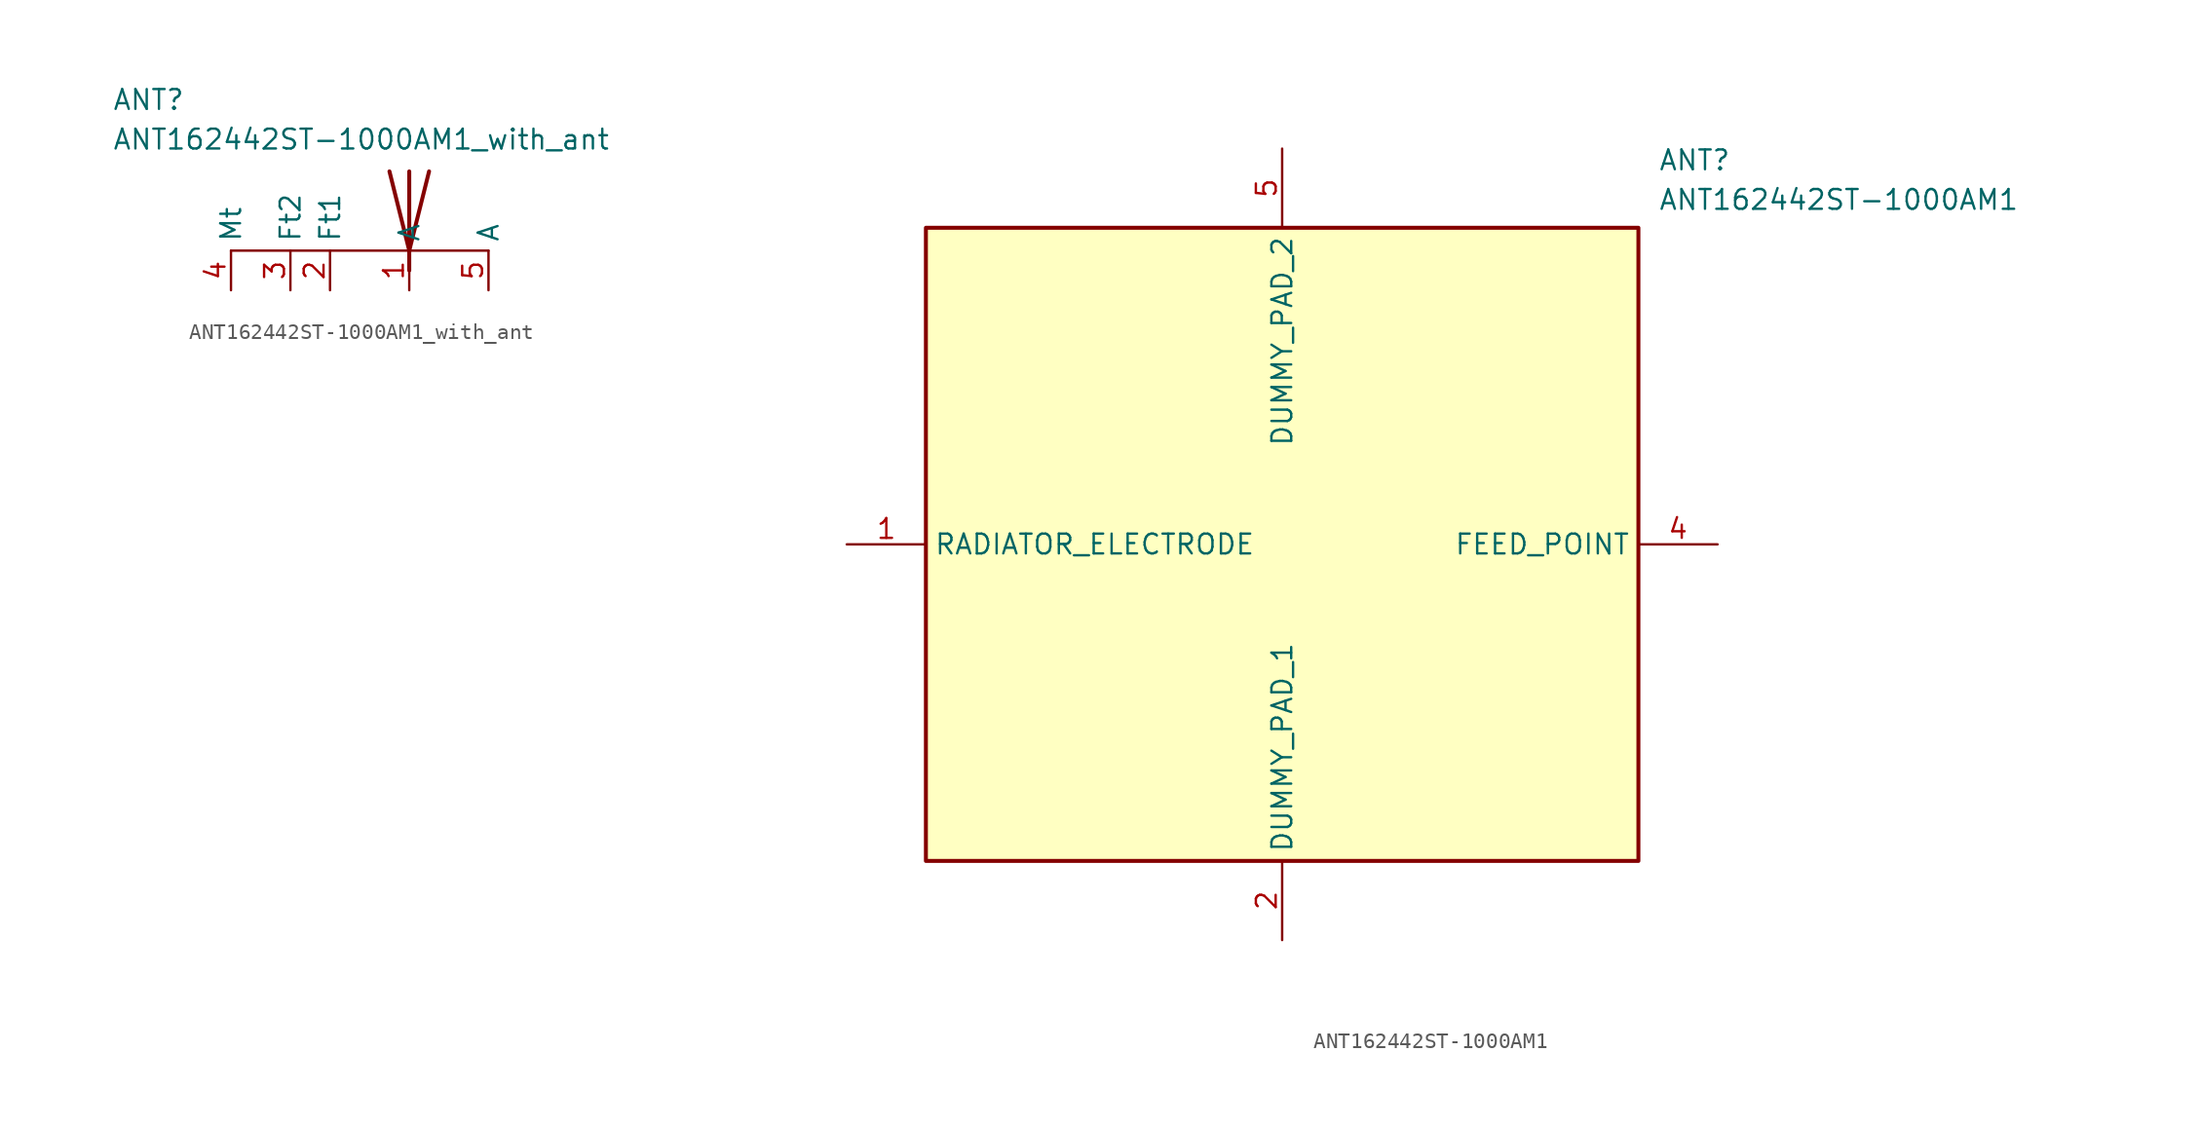
<source format=kicad_sym>
(kicad_symbol_lib
  (version 20241209)
  (generator "kicad_symbol_editor")
  (generator_version "9.0")
  (symbol "ANT162442ST-1000AM1_with_ant"
    (property "Reference" "ANT"
      (at -19.05 10.414 0)
      (effects (font (size 1.27 1.27)) (justify left top)))
    (property "Value" "ANT162442ST-1000AM1_with_ant"
      (at -19.05 7.874 0)
      (effects (font (size 1.27 1.27)) (justify left top)))
    (symbol "ANT162442ST-1000AM1_with_ant_0_1"
      (polyline (pts (xy -11.43 0) (xy 0 0)) (stroke (width 0) (type default)) (fill (type none)))
      (polyline (pts (xy 0 5.08) (xy 0 -1.27)) (stroke (width 0.254) (type default)) (fill (type none)))
      (polyline (pts (xy 0 0) (xy 5.08 0)) (stroke (width 0) (type default)) (fill (type none)))
      (polyline (pts (xy 1.27 5.08) (xy 0 0) (xy -1.27 5.08)) (stroke (width 0.254) (type default)) (fill (type none))))
    (symbol "ANT162442ST-1000AM1_with_ant_1_1"
      (pin input line (at -11.43 -2.54 90) (length 2.54) (name "Mt" (effects (font (size 1.27 1.27)))) (number "4" (effects (font (size 1.27 1.27)))))
      (pin input line (at -7.62 -2.54 90) (length 2.54) (name "Ft2" (effects (font (size 1.27 1.27)))) (number "3" (effects (font (size 1.27 1.27)))))
      (pin input line (at -5.08 -2.54 90) (length 2.54) (name "Ft1" (effects (font (size 1.27 1.27)))) (number "2" (effects (font (size 1.27 1.27)))))
      (pin input line (at 0 -2.54 90) (length 2.54) (name "A" (effects (font (size 1.27 1.27)))) (number "1" (effects (font (size 1.27 1.27)))))
      (pin input line (at 5.08 -2.54 90) (length 2.54) (name "A" (effects (font (size 1.27 1.27)))) (number "5" (effects (font (size 1.27 1.27)))))))
  (symbol "ANT162442ST-1000AM1"
    (property "Reference" "ANT"
      (at 52.07 25.4 0)
      (effects (font (size 1.27 1.27)) (justify left top)))
    (property "Value" "ANT162442ST-1000AM1"
      (at 52.07 22.86 0)
      (effects (font (size 1.27 1.27)) (justify left top)))
    (symbol "ANT162442ST-1000AM1_1_1"
      (rectangle (start 5.08 20.32) (end 50.8 -20.32) (stroke (width 0.254) (type default)) (fill (type background)))
      (pin passive line (at 0 0 0) (length 5.08) (name "RADIATOR_ELECTRODE" (effects (font (size 1.27 1.27)))) (number "1" (effects (font (size 1.27 1.27)))))
      (pin passive line (at 27.94 25.4 270) (length 5.08) (name "DUMMY_PAD_2" (effects (font (size 1.27 1.27)))) (number "5" (effects (font (size 1.27 1.27)))))
      (pin passive line (at 27.94 -25.4 90) (length 5.08) (name "DUMMY_PAD_1" (effects (font (size 1.27 1.27)))) (number "2" (effects (font (size 1.27 1.27)))))
      (pin passive line (at 55.88 0 180) (length 5.08) (name "FEED_POINT" (effects (font (size 1.27 1.27)))) (number "4" (effects (font (size 1.27 1.27))))))))
</source>
